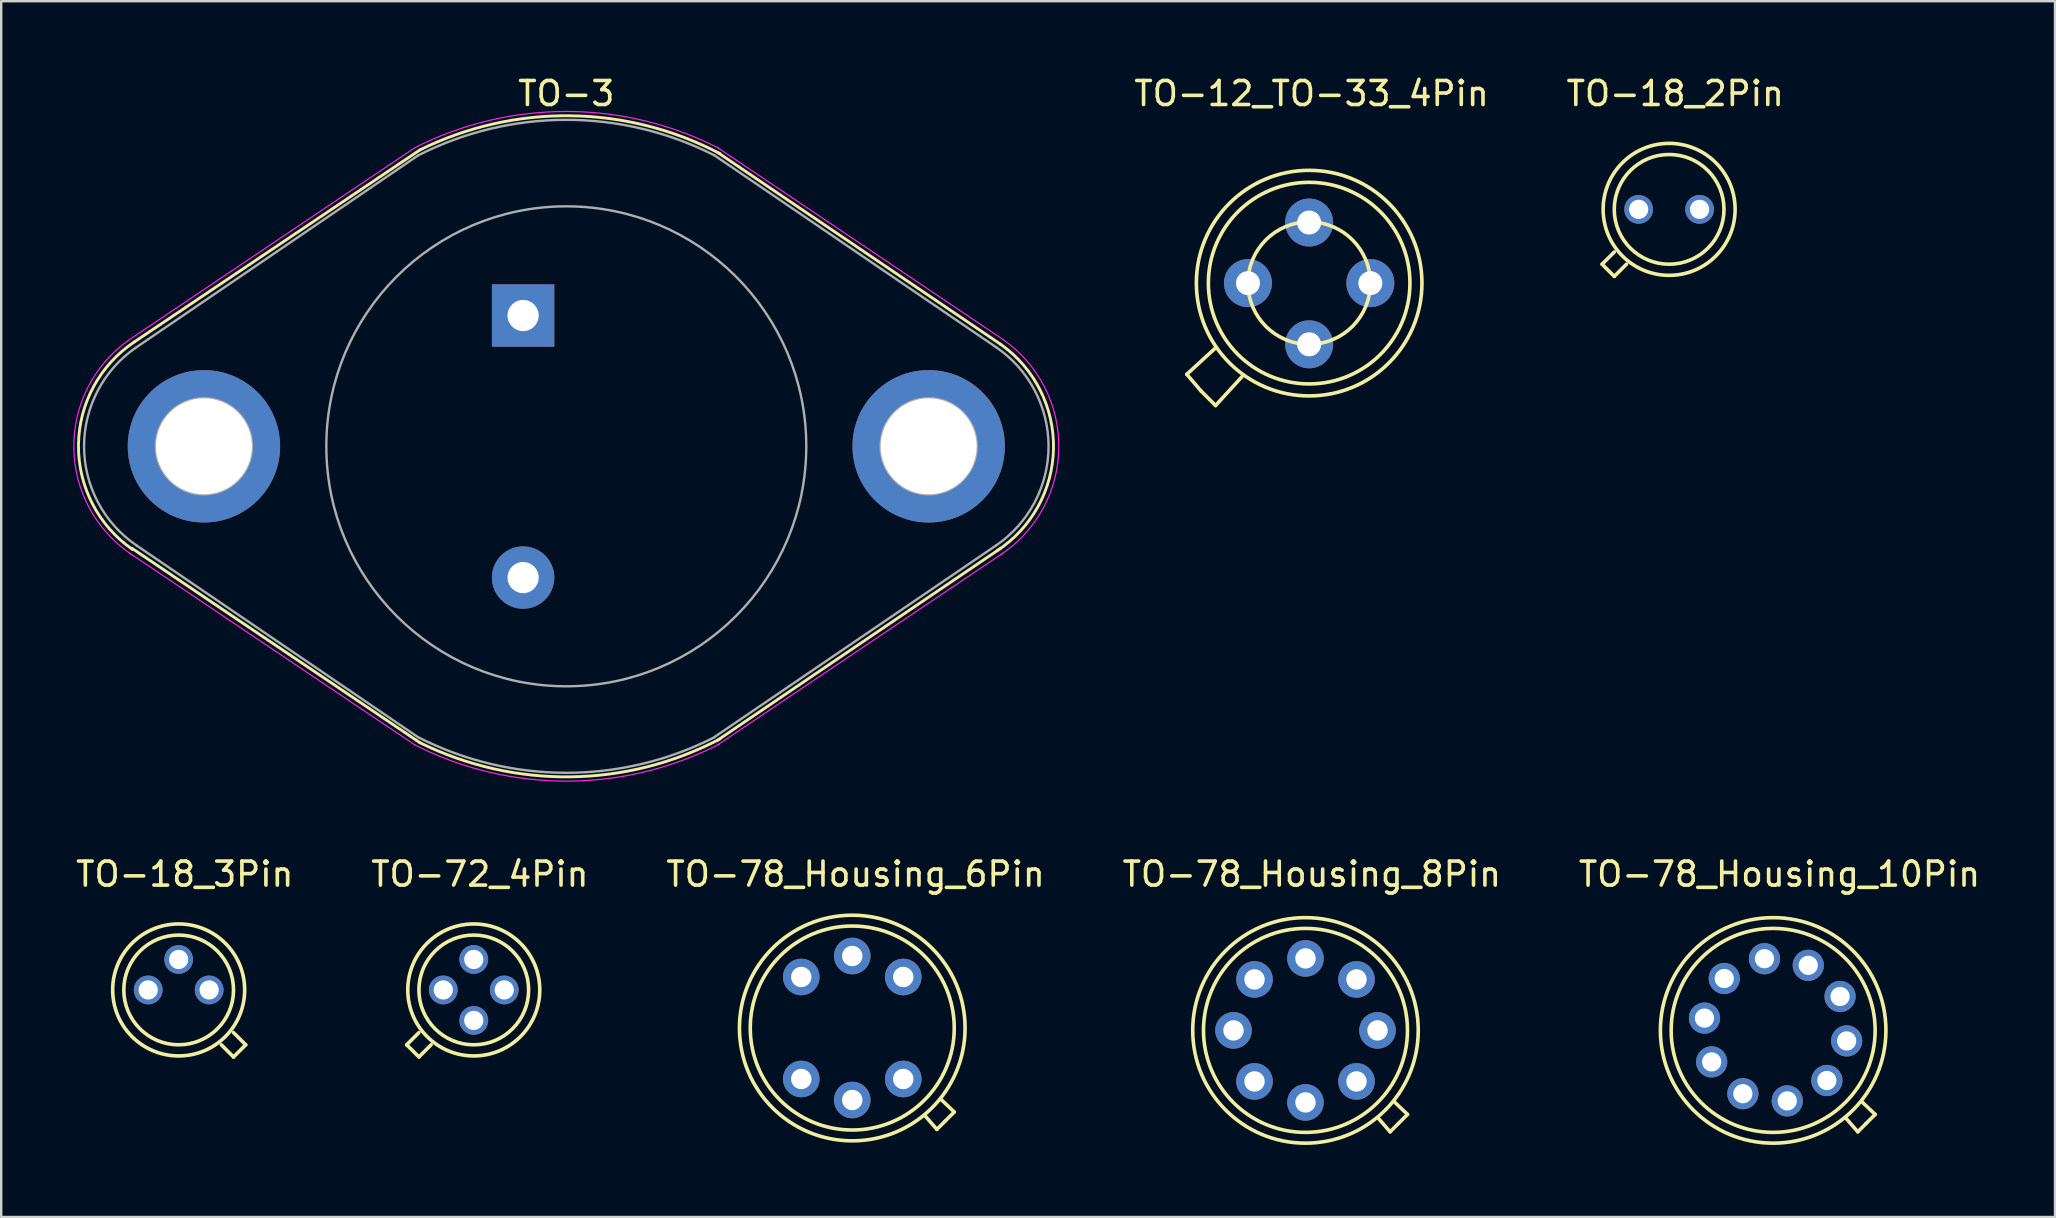
<source format=kicad_pcb>
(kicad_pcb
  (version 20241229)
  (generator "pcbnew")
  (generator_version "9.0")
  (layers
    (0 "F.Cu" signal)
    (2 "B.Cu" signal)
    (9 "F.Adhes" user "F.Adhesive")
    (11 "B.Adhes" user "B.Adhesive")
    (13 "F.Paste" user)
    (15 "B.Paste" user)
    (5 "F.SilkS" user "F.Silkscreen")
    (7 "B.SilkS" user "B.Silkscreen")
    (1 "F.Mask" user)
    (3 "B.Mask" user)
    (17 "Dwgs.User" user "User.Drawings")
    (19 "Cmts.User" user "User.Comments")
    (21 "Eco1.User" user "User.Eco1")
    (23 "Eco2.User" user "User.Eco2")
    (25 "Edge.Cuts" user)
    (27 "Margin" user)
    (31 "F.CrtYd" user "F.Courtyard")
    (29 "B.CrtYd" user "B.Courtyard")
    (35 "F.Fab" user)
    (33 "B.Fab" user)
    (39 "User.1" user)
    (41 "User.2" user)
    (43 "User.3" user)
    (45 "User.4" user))
  (footprint "TO-78_Housing_10Pin"
    (layer "F.Cu")
    (at 70.951 39.85)
    (property "Reference" "TO-78_Housing_10Pin" (at 0.15 -6.475 0) (layer "F.SilkS") (effects (font (size 1 1) (thickness 0.15))))
    (attr through_hole)
    (fp_line (start 3.413 4.263) (end 2.913 3.688) (stroke (width 0.15) (type solid)) (layer "F.SilkS"))
    (fp_line (start 3.763 3.913) (end 3.413 4.263) (stroke (width 0.15) (type solid)) (layer "F.SilkS"))
    (fp_line (start 3.763 3.913) (end 4.138 3.538) (stroke (width 0.15) (type solid)) (layer "F.SilkS"))
    (fp_line (start 4.138 3.538) (end 3.587 3.013) (stroke (width 0.15) (type solid)) (layer "F.SilkS"))
    (fp_circle (center -0.113 0.037) (end -0.113 -4.662) (stroke (width 0.15) (type solid)) (fill no) (layer "F.SilkS"))
    (fp_circle (center -0.113 0.037) (end -0.113 -4.213) (stroke (width 0.15) (type solid)) (fill no) (layer "F.SilkS"))
    (pad "1" thru_hole circle (at 2.95 0.475) (size 1.3 1.3) (drill 0.8) (layers "*.Cu" "*.Mask"))
    (pad "2" thru_hole circle (at 2.675 -1.375) (size 1.3 1.3) (drill 0.8) (layers "*.Cu" "*.Mask"))
    (pad "3" thru_hole circle (at 1.35 -2.675) (size 1.3 1.3) (drill 0.8) (layers "*.Cu" "*.Mask"))
    (pad "4" thru_hole circle (at -0.475 -2.95) (size 1.3 1.3) (drill 0.8) (layers "*.Cu" "*.Mask"))
    (pad "5" thru_hole circle (at -2.15 -2.125) (size 1.3 1.3) (drill 0.8) (layers "*.Cu" "*.Mask"))
    (pad "6" thru_hole circle (at -2.975 -0.475) (size 1.3 1.3) (drill 0.8) (layers "*.Cu" "*.Mask"))
    (pad "7" thru_hole circle (at -2.675 1.35) (size 1.3 1.3) (drill 0.8) (layers "*.Cu" "*.Mask"))
    (pad "8" thru_hole circle (at -1.375 2.675) (size 1.3 1.3) (drill 0.8) (layers "*.Cu" "*.Mask"))
    (pad "9" thru_hole circle (at 0.475 2.975) (size 1.3 1.3) (drill 0.8) (layers "*.Cu" "*.Mask"))
    (pad "10" thru_hole circle (at 2.125 2.125) (size 1.3 1.3) (drill 0.8) (layers "*.Cu" "*.Mask")))
  (footprint "TO-18_2Pin"
    (layer "F.Cu")
    (at 66.503 5.674)
    (property "Reference" "TO-18_2Pin" (at 0.254 -4.826 0) (layer "F.SilkS") (effects (font (size 1 1) (thickness 0.15))))
    (attr through_hole)
    (fp_line (start -2.794 2.286) (end -2.286 1.778) (stroke (width 0.15) (type solid)) (layer "F.SilkS"))
    (fp_line (start -2.286 2.794) (end -2.794 2.286) (stroke (width 0.15) (type solid)) (layer "F.SilkS"))
    (fp_line (start -1.778 2.286) (end -2.286 2.794) (stroke (width 0.15) (type solid)) (layer "F.SilkS"))
    (fp_circle (center 0 0) (end 2.286 0) (stroke (width 0.15) (type solid)) (fill no) (layer "F.SilkS"))
    (fp_circle (center 0 0) (end 2.75 0) (stroke (width 0.15) (type solid)) (fill no) (layer "F.SilkS"))
    (pad "1" thru_hole circle (at 1.27 0) (size 1.2 1.2) (drill 0.8) (layers "*.Cu" "*.Mask"))
    (pad "2" thru_hole circle (at -1.27 0) (size 1.2 1.2) (drill 0.8) (layers "*.Cu" "*.Mask")))
  (footprint "TO-78_Housing_8Pin"
    (layer "F.Cu")
    (at 51.463 39.85)
    (property "Reference" "TO-78_Housing_8Pin" (at 0.15 -6.475 0) (layer "F.SilkS") (effects (font (size 1 1) (thickness 0.15))))
    (attr through_hole)
    (fp_line (start 3.413 4.263) (end 2.913 3.688) (stroke (width 0.15) (type solid)) (layer "F.SilkS"))
    (fp_line (start 3.763 3.913) (end 3.413 4.263) (stroke (width 0.15) (type solid)) (layer "F.SilkS"))
    (fp_line (start 3.763 3.913) (end 4.138 3.538) (stroke (width 0.15) (type solid)) (layer "F.SilkS"))
    (fp_line (start 4.138 3.538) (end 3.587 3.013) (stroke (width 0.15) (type solid)) (layer "F.SilkS"))
    (fp_circle (center -0.113 0.037) (end -0.113 -4.662) (stroke (width 0.15) (type solid)) (fill no) (layer "F.SilkS"))
    (fp_circle (center -0.113 0.037) (end -0.113 -4.213) (stroke (width 0.15) (type solid)) (fill no) (layer "F.SilkS"))
    (pad "1" thru_hole circle (at -0.113 3.038 90) (size 1.524 1.524) (drill 0.85) (layers "*.Cu" "*.Mask"))
    (pad "1" thru_hole circle (at 2.888 0.037 90) (size 1.524 1.524) (drill 0.85) (layers "*.Cu" "*.Mask"))
    (pad "2" thru_hole circle (at -2.237 2.163 90) (size 1.524 1.524) (drill 0.85) (layers "*.Cu" "*.Mask"))
    (pad "2" thru_hole circle (at 2.013 -2.087 90) (size 1.524 1.524) (drill 0.85) (layers "*.Cu" "*.Mask"))
    (pad "3" thru_hole circle (at -3.112 0.037 90) (size 1.524 1.524) (drill 0.85) (layers "*.Cu" "*.Mask"))
    (pad "4" thru_hole circle (at -2.237 -2.087 90) (size 1.524 1.524) (drill 0.85) (layers "*.Cu" "*.Mask"))
    (pad "5" thru_hole circle (at -0.113 -2.962 90) (size 1.524 1.524) (drill 0.85) (layers "*.Cu" "*.Mask"))
    (pad "8" thru_hole circle (at 2.013 2.163 90) (size 1.524 1.524) (drill 0.85) (layers "*.Cu" "*.Mask")))
  (footprint "TO-18_3Pin"
    (layer "F.Cu")
    (at 4.395 38.201)
    (property "Reference" "TO-18_3Pin" (at 0.254 -4.826 0) (layer "F.SilkS") (effects (font (size 1 1) (thickness 0.15))))
    (attr through_hole)
    (fp_line (start 1.778 2.286) (end 2.286 2.794) (stroke (width 0.15) (type solid)) (layer "F.SilkS"))
    (fp_line (start 2.286 2.794) (end 2.794 2.286) (stroke (width 0.15) (type solid)) (layer "F.SilkS"))
    (fp_line (start 2.794 2.286) (end 2.286 1.778) (stroke (width 0.15) (type solid)) (layer "F.SilkS"))
    (fp_circle (center 0 0) (end 2.286 0) (stroke (width 0.15) (type solid)) (fill no) (layer "F.SilkS"))
    (fp_circle (center 0 0) (end 2.75 0) (stroke (width 0.15) (type solid)) (fill no) (layer "F.SilkS"))
    (pad "1" thru_hole circle (at 1.27 0) (size 1.2 1.2) (drill 0.8) (layers "*.Cu" "*.Mask"))
    (pad "2" thru_hole circle (at 0 -1.27) (size 1.2 1.2) (drill 0.8) (layers "*.Cu" "*.Mask"))
    (pad "3" thru_hole circle (at -1.27 0) (size 1.2 1.2) (drill 0.8) (layers "*.Cu" "*.Mask")))
  (footprint "TO-12_TO-33_4Pin"
    (layer "F.Cu")
    (at 51.503 8.748)
    (property "Reference" "TO-12_TO-33_4Pin" (at 0.1 -7.9 0) (layer "F.SilkS") (effects (font (size 1 1) (thickness 0.15))))
    (attr through_hole)
    (fp_line (start -5.1 3.8) (end -3.9 2.7) (stroke (width 0.15) (type solid)) (layer "F.SilkS"))
    (fp_line (start -4.5 4.5) (end -5.1 3.8) (stroke (width 0.15) (type solid)) (layer "F.SilkS"))
    (fp_line (start -4.5 4.5) (end -3.9 5.1) (stroke (width 0.15) (type solid)) (layer "F.SilkS"))
    (fp_line (start -3.9 5.1) (end -2.8 3.9) (stroke (width 0.15) (type solid)) (layer "F.SilkS"))
    (fp_circle (center 0 0) (end 2.55 0) (stroke (width 0.15) (type solid)) (fill no) (layer "F.SilkS"))
    (fp_circle (center 0 0) (end 4.2 0) (stroke (width 0.15) (type solid)) (fill no) (layer "F.SilkS"))
    (fp_circle (center 0 0) (end 4.7 0) (stroke (width 0.15) (type solid)) (fill no) (layer "F.SilkS"))
    (pad "1" thru_hole circle (at -2.55 0) (size 2 2) (drill 1) (layers "*.Cu" "*.Mask"))
    (pad "2" thru_hole circle (at 0 -2.525) (size 2 2) (drill 1) (layers "*.Cu" "*.Mask"))
    (pad "3" thru_hole circle (at 2.55 0) (size 2 2) (drill 1) (layers "*.Cu" "*.Mask"))
    (pad "4" thru_hole circle (at 0 2.55) (size 2 2) (drill 1) (layers "*.Cu" "*.Mask")))
  (footprint "TO-3"
    (layer "F.Cu")
    (at 18.748 10.098)
    (property "Reference" "TO-3" (at 1.8 -9.25 0) (layer "F.SilkS") (effects (font (size 1 1) (thickness 0.15))))
    (attr through_hole)
    (fp_line (start -4.3 -6.9) (end -16.2 1.1) (stroke (width 0.12) (type solid)) (layer "F.SilkS"))
    (fp_line (start -4.3 17.8) (end -16.3 9.7) (stroke (width 0.12) (type solid)) (layer "F.SilkS"))
    (fp_line (start 8.1 -6.8) (end 19.9 1.2) (stroke (width 0.12) (type solid)) (layer "F.SilkS"))
    (fp_line (start 8.1 17.7) (end 19.9 9.7) (stroke (width 0.12) (type solid)) (layer "F.SilkS"))
    (fp_arc (start -16.276967 9.747694) (mid -18.527843 5.403471) (end -16.2 1.1) (stroke (width 0.12) (type solid)) (layer "F.SilkS"))
    (fp_arc (start -4.3 -6.9) (mid 1.971643 -8.323273) (end 8.20587 -6.744152) (stroke (width 0.12) (type solid)) (layer "F.SilkS"))
    (fp_arc (start 8.20587 17.644152) (mid 1.971643 19.223273) (end -4.3 17.8) (stroke (width 0.12) (type solid)) (layer "F.SilkS"))
    (fp_arc (start 19.9 1.2) (mid 22.101343 5.542388) (end 19.747176 9.803859) (stroke (width 0.12) (type solid)) (layer "F.SilkS"))
    (fp_line (start -4.5 -7) (end -16.4 1) (stroke (width 0.05) (type solid)) (layer "F.CrtYd"))
    (fp_line (start -4.5 17.9) (end -16.4 9.9) (stroke (width 0.05) (type solid)) (layer "F.CrtYd"))
    (fp_line (start 8.1 -7) (end 20 1) (stroke (width 0.05) (type solid)) (layer "F.CrtYd"))
    (fp_line (start 8.1 17.9) (end 20 9.9) (stroke (width 0.05) (type solid)) (layer "F.CrtYd"))
    (fp_arc (start -16.296319 9.970461) (mid -18.722967 5.512679) (end -16.4 1) (stroke (width 0.05) (type solid)) (layer "F.CrtYd"))
    (fp_arc (start -4.5 -7) (mid 1.838841 -8.503171) (end 8.169214 -6.964733) (stroke (width 0.05) (type solid)) (layer "F.CrtYd"))
    (fp_arc (start 8.169214 17.864733) (mid 1.838841 19.403171) (end -4.5 17.9) (stroke (width 0.05) (type solid)) (layer "F.CrtYd"))
    (fp_arc (start 20 1) (mid 22.322967 5.512679) (end 19.896319 9.970461) (stroke (width 0.05) (type solid)) (layer "F.CrtYd"))
    (fp_line (start -4.38 -6.67) (end -16.11 1.32) (stroke (width 0.1) (type solid)) (layer "F.Fab"))
    (fp_line (start -4.38 17.57) (end -16.11 9.58) (stroke (width 0.1) (type solid)) (layer "F.Fab"))
    (fp_line (start 7.98 -6.67) (end 19.71 1.32) (stroke (width 0.1) (type solid)) (layer "F.Fab"))
    (fp_line (start 7.98 17.56) (end 19.71 9.58) (stroke (width 0.1) (type solid)) (layer "F.Fab"))
    (fp_arc (start -16.105547 9.583026) (mid -18.295297 5.452692) (end -16.11 1.32) (stroke (width 0.1) (type solid)) (layer "F.Fab"))
    (fp_arc (start -4.38 -6.67) (mid 1.795945 -8.15466) (end 7.972773 -6.673682) (stroke (width 0.1) (type solid)) (layer "F.Fab"))
    (fp_arc (start 7.972773 17.573682) (mid 1.795945 19.05466) (end -4.38 17.57) (stroke (width 0.1) (type solid)) (layer "F.Fab"))
    (fp_arc (start 19.71 1.32) (mid 21.895297 5.452692) (end 19.705547 9.583026) (stroke (width 0.1) (type solid)) (layer "F.Fab"))
    (fp_circle (center -13.3 5.45) (end -15.3 5.45) (stroke (width 0.1) (type solid)) (fill no) (layer "F.Fab"))
    (fp_circle (center 1.8 5.45) (end 11.8 5.45) (stroke (width 0.1) (type solid)) (fill no) (layer "F.Fab"))
    (fp_circle (center 16.9 5.45) (end 18.9 5.45) (stroke (width 0.1) (type solid)) (fill no) (layer "F.Fab"))
    (pad "1" thru_hole rect (at 0 0) (size 2.6 2.6) (drill 1.3) (layers "*.Cu" "*.Mask"))
    (pad "2" thru_hole circle (at 0 10.92) (size 2.6 2.6) (drill 1.3) (layers "*.Cu" "*.Mask"))
    (pad "3" thru_hole circle (at -13.3 5.45) (size 6.35 6.35) (drill 4) (layers "*.Cu" "*.Mask"))
    (pad "3" thru_hole circle (at 16.9 5.45) (size 6.35 6.35) (drill 4) (layers "*.Cu" "*.Mask")))
  (footprint "TO-72_4Pin"
    (layer "F.Cu")
    (at 16.692 38.201)
    (property "Reference" "TO-72_4Pin" (at 0.254 -4.826 0) (layer "F.SilkS") (effects (font (size 1 1) (thickness 0.15))))
    (attr through_hole)
    (fp_line (start -2.794 2.286) (end -2.286 1.778) (stroke (width 0.15) (type solid)) (layer "F.SilkS"))
    (fp_line (start -2.286 2.794) (end -2.794 2.286) (stroke (width 0.15) (type solid)) (layer "F.SilkS"))
    (fp_line (start -1.778 2.286) (end -2.286 2.794) (stroke (width 0.15) (type solid)) (layer "F.SilkS"))
    (fp_circle (center 0 0) (end 2.286 0) (stroke (width 0.15) (type solid)) (fill no) (layer "F.SilkS"))
    (fp_circle (center 0 0) (end 2.75 0) (stroke (width 0.15) (type solid)) (fill no) (layer "F.SilkS"))
    (pad "1" thru_hole circle (at -1.27 0) (size 1.2 1.2) (drill 0.8) (layers "*.Cu" "*.Mask"))
    (pad "2" thru_hole circle (at 0 -1.27) (size 1.2 1.2) (drill 0.8) (layers "*.Cu" "*.Mask"))
    (pad "3" thru_hole circle (at 1.27 0) (size 1.2 1.2) (drill 0.8) (layers "*.Cu" "*.Mask"))
    (pad "4" thru_hole circle (at 0 1.27) (size 1.2 1.2) (drill 0.8) (layers "*.Cu" "*.Mask")))
  (footprint "TO-78_Housing_6Pin"
    (layer "F.Cu")
    (at 32.451 39.85)
    (property "Reference" "TO-78_Housing_6Pin" (at 0.15 -6.475 0) (layer "F.SilkS") (effects (font (size 1 1) (thickness 0.15))))
    (attr through_hole)
    (fp_line (start 3.538 4.162) (end 3.038 3.587) (stroke (width 0.15) (type solid)) (layer "F.SilkS"))
    (fp_line (start 3.888 3.812) (end 3.538 4.162) (stroke (width 0.15) (type solid)) (layer "F.SilkS"))
    (fp_line (start 3.888 3.812) (end 4.263 3.438) (stroke (width 0.15) (type solid)) (layer "F.SilkS"))
    (fp_line (start 4.263 3.438) (end 3.712 2.913) (stroke (width 0.15) (type solid)) (layer "F.SilkS"))
    (fp_circle (center 0.013 -0.062) (end 0.013 -4.763) (stroke (width 0.15) (type solid)) (fill no) (layer "F.SilkS"))
    (fp_circle (center 0.013 -0.062) (end 0.013 -4.312) (stroke (width 0.15) (type solid)) (fill no) (layer "F.SilkS"))
    (pad "2" thru_hole circle (at 2.138 -2.188 90) (size 1.524 1.524) (drill 0.85) (layers "*.Cu" "*.Mask"))
    (pad "3" thru_hole circle (at 0.013 -3.062 90) (size 1.524 1.524) (drill 0.85) (layers "*.Cu" "*.Mask"))
    (pad "4" thru_hole circle (at -2.112 -2.188 90) (size 1.524 1.524) (drill 0.85) (layers "*.Cu" "*.Mask"))
    (pad "6" thru_hole circle (at -2.112 2.062 90) (size 1.524 1.524) (drill 0.85) (layers "*.Cu" "*.Mask"))
    (pad "7" thru_hole circle (at 0.013 2.938 90) (size 1.524 1.524) (drill 0.85) (layers "*.Cu" "*.Mask"))
    (pad "8" thru_hole circle (at 2.138 2.062 90) (size 1.524 1.524) (drill 0.85) (layers "*.Cu" "*.Mask")))
  (gr_rect
    (start -3 -3)
    (end 82.583 47.662)
    (stroke (width 0.1) (type default))
    (fill no)
    (layer "Edge.Cuts")))
</source>
